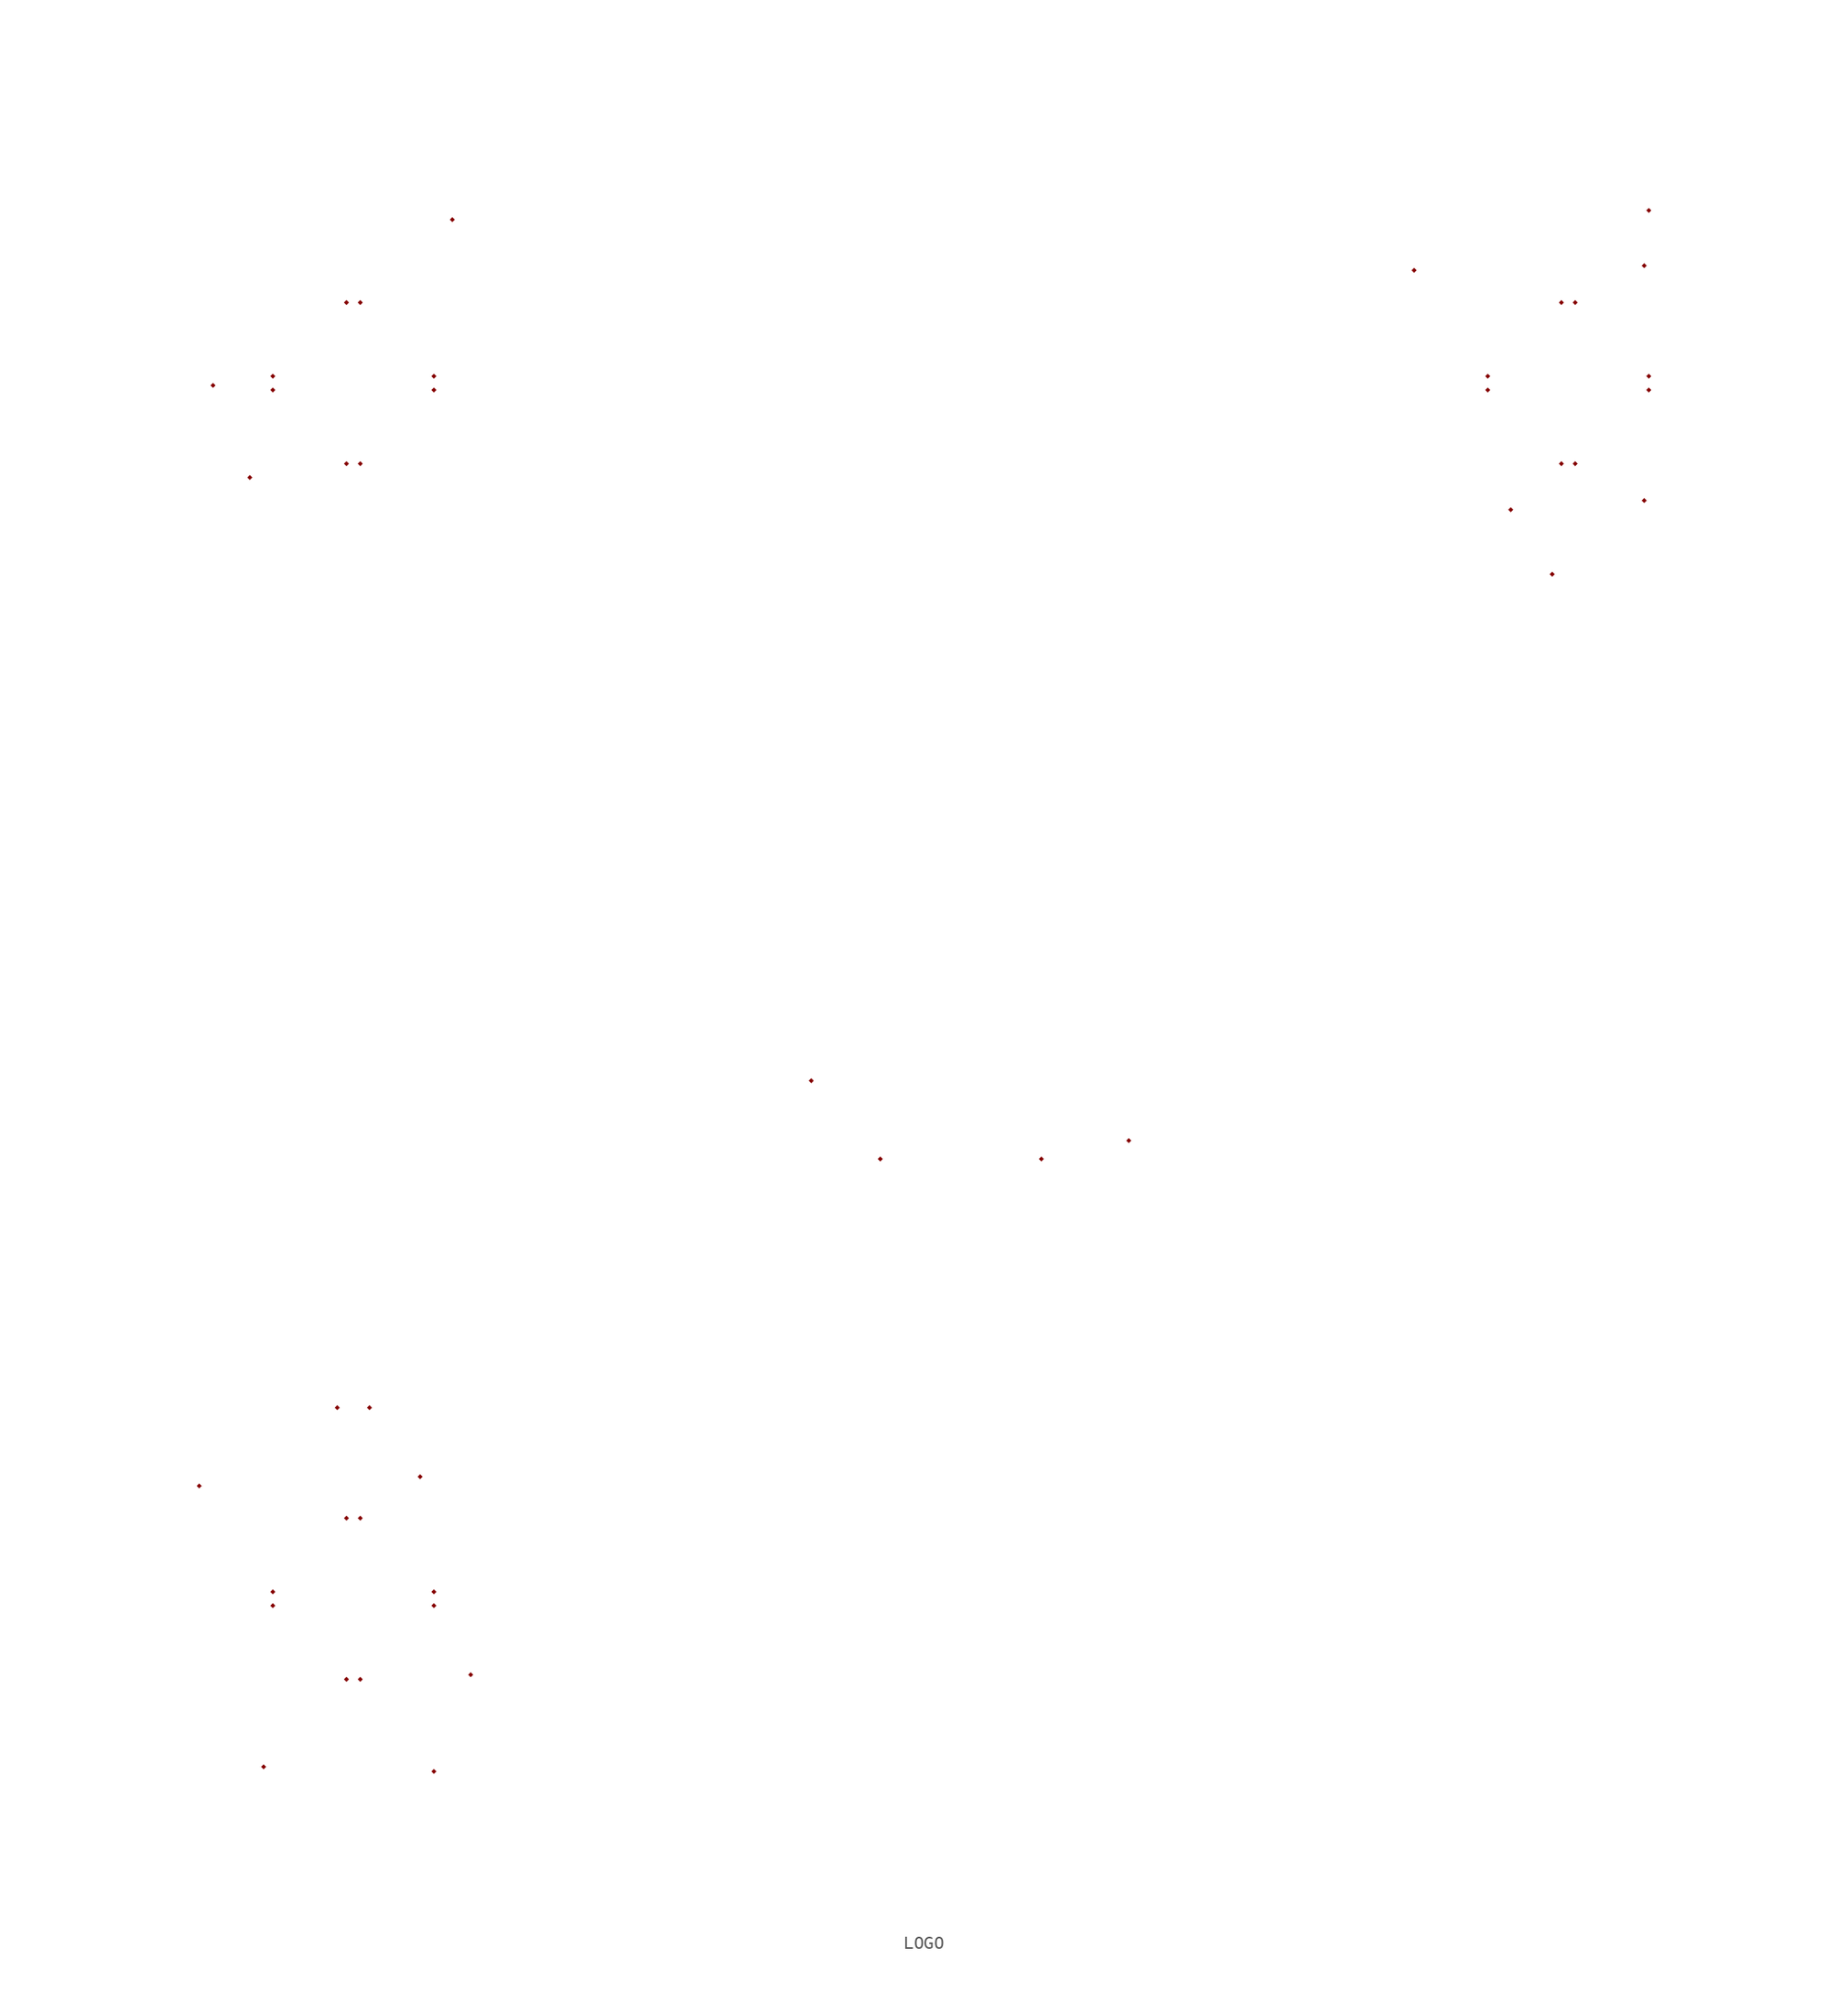
<source format=kicad_sym>
(kicad_symbol_lib
  (version 20220914)
  (generator "bitmap2component")
  (generator_version "8.0")
  (symbol "LOGO"
    (pin_names
      (offset 1.016))
    (property "Reference" "#G"
      (at 0 70.914 0)
      (effects (font (size 1.27 1.27)) hide))
    (symbol "LOGO_0_0"
      (polyline (pts (xy -40.783 -60.638) (xy -40.962 -60.459) (xy -41.141 -60.638) (xy -40.962 -60.817) (xy -40.783 -60.638)) (stroke (width 0.01) (type default)) (fill (type outline)))
      (polyline (pts (xy -54.02 -60.28) (xy -54.199 -60.102) (xy -54.377 -60.28) (xy -54.199 -60.459) (xy -54.02 -60.28)) (stroke (width 0.01) (type default)) (fill (type outline)))
      (polyline (pts (xy -47.58 -53.483) (xy -47.759 -53.304) (xy -47.938 -53.483) (xy -47.759 -53.662) (xy -47.58 -53.483)) (stroke (width 0.01) (type default)) (fill (type outline)))
      (polyline (pts (xy -46.507 -53.483) (xy -46.686 -53.304) (xy -46.865 -53.483) (xy -46.686 -53.662) (xy -46.507 -53.483)) (stroke (width 0.01) (type default)) (fill (type outline)))
      (polyline (pts (xy -37.921 -53.125) (xy -38.1 -52.947) (xy -38.279 -53.125) (xy -38.1 -53.304) (xy -37.921 -53.125)) (stroke (width 0.01) (type default)) (fill (type outline)))
      (polyline (pts (xy -53.304 -47.759) (xy -53.483 -47.58) (xy -53.662 -47.759) (xy -53.483 -47.938) (xy -53.304 -47.759)) (stroke (width 0.01) (type default)) (fill (type outline)))
      (polyline (pts (xy -40.783 -47.759) (xy -40.962 -47.58) (xy -41.141 -47.759) (xy -40.962 -47.938) (xy -40.783 -47.759)) (stroke (width 0.01) (type default)) (fill (type outline)))
      (polyline (pts (xy -53.304 -46.686) (xy -53.483 -46.507) (xy -53.662 -46.686) (xy -53.483 -46.865) (xy -53.304 -46.686)) (stroke (width 0.01) (type default)) (fill (type outline)))
      (polyline (pts (xy -40.783 -46.686) (xy -40.962 -46.507) (xy -41.141 -46.686) (xy -40.962 -46.865) (xy -40.783 -46.686)) (stroke (width 0.01) (type default)) (fill (type outline)))
      (polyline (pts (xy -47.58 -40.962) (xy -47.759 -40.783) (xy -47.938 -40.962) (xy -47.759 -41.141) (xy -47.58 -40.962)) (stroke (width 0.01) (type default)) (fill (type outline)))
      (polyline (pts (xy -46.507 -40.962) (xy -46.686 -40.783) (xy -46.865 -40.962) (xy -46.686 -41.141) (xy -46.507 -40.962)) (stroke (width 0.01) (type default)) (fill (type outline)))
      (polyline (pts (xy -59.028 -38.458) (xy -59.207 -38.279) (xy -59.386 -38.458) (xy -59.207 -38.637) (xy -59.028 -38.458)) (stroke (width 0.01) (type default)) (fill (type outline)))
      (polyline (pts (xy -41.856 -37.742) (xy -42.035 -37.563) (xy -42.214 -37.742) (xy -42.035 -37.921) (xy -41.856 -37.742)) (stroke (width 0.01) (type default)) (fill (type outline)))
      (polyline (pts (xy -48.296 -32.376) (xy -48.475 -32.197) (xy -48.654 -32.376) (xy -48.475 -32.555) (xy -48.296 -32.376)) (stroke (width 0.01) (type default)) (fill (type outline)))
      (polyline (pts (xy -45.791 -32.376) (xy -45.97 -32.197) (xy -46.149 -32.376) (xy -45.97 -32.555) (xy -45.791 -32.376)) (stroke (width 0.01) (type default)) (fill (type outline)))
      (polyline (pts (xy -6.082 -13.058) (xy -6.261 -12.879) (xy -6.439 -13.058) (xy -6.261 -13.237) (xy -6.082 -13.058)) (stroke (width 0.01) (type default)) (fill (type outline)))
      (polyline (pts (xy 6.439 -13.058) (xy 6.261 -12.879) (xy 6.082 -13.058) (xy 6.261 -13.237) (xy 6.439 -13.058)) (stroke (width 0.01) (type default)) (fill (type outline)))
      (polyline (pts (xy 13.237 -11.627) (xy 13.058 -11.448) (xy 12.879 -11.627) (xy 13.058 -11.806) (xy 13.237 -11.627)) (stroke (width 0.01) (type default)) (fill (type outline)))
      (polyline (pts (xy -11.448 -6.976) (xy -11.627 -6.797) (xy -11.806 -6.976) (xy -11.627 -7.155) (xy -11.448 -6.976)) (stroke (width 0.01) (type default)) (fill (type outline)))
      (polyline (pts (xy 46.149 32.376) (xy 45.971 32.555) (xy 45.792 32.376) (xy 45.971 32.197) (xy 46.149 32.376)) (stroke (width 0.01) (type default)) (fill (type outline)))
      (polyline (pts (xy 42.93 37.385) (xy 42.751 37.563) (xy 42.572 37.385) (xy 42.751 37.206) (xy 42.93 37.385)) (stroke (width 0.01) (type default)) (fill (type outline)))
      (polyline (pts (xy 53.304 38.1) (xy 53.125 38.279) (xy 52.947 38.1) (xy 53.125 37.921) (xy 53.304 38.1)) (stroke (width 0.01) (type default)) (fill (type outline)))
      (polyline (pts (xy -55.093 39.889) (xy -55.272 40.068) (xy -55.451 39.889) (xy -55.272 39.71) (xy -55.093 39.889)) (stroke (width 0.01) (type default)) (fill (type outline)))
      (polyline (pts (xy -47.58 40.962) (xy -47.759 41.141) (xy -47.938 40.962) (xy -47.759 40.783) (xy -47.58 40.962)) (stroke (width 0.01) (type default)) (fill (type outline)))
      (polyline (pts (xy -46.507 40.962) (xy -46.686 41.141) (xy -46.865 40.962) (xy -46.686 40.783) (xy -46.507 40.962)) (stroke (width 0.01) (type default)) (fill (type outline)))
      (polyline (pts (xy 46.865 40.962) (xy 46.686 41.141) (xy 46.507 40.962) (xy 46.686 40.783) (xy 46.865 40.962)) (stroke (width 0.01) (type default)) (fill (type outline)))
      (polyline (pts (xy 47.938 40.962) (xy 47.759 41.141) (xy 47.58 40.962) (xy 47.759 40.783) (xy 47.938 40.962)) (stroke (width 0.01) (type default)) (fill (type outline)))
      (polyline (pts (xy -53.304 46.686) (xy -53.483 46.865) (xy -53.662 46.686) (xy -53.483 46.507) (xy -53.304 46.686)) (stroke (width 0.01) (type default)) (fill (type outline)))
      (polyline (pts (xy -40.783 46.686) (xy -40.962 46.865) (xy -41.141 46.686) (xy -40.962 46.507) (xy -40.783 46.686)) (stroke (width 0.01) (type default)) (fill (type outline)))
      (polyline (pts (xy 41.141 46.686) (xy 40.962 46.865) (xy 40.783 46.686) (xy 40.962 46.507) (xy 41.141 46.686)) (stroke (width 0.01) (type default)) (fill (type outline)))
      (polyline (pts (xy 53.662 46.686) (xy 53.483 46.865) (xy 53.304 46.686) (xy 53.483 46.507) (xy 53.662 46.686)) (stroke (width 0.01) (type default)) (fill (type outline)))
      (polyline (pts (xy -57.955 47.044) (xy -58.134 47.222) (xy -58.313 47.044) (xy -58.134 46.865) (xy -57.955 47.044)) (stroke (width 0.01) (type default)) (fill (type outline)))
      (polyline (pts (xy -53.304 47.759) (xy -53.483 47.938) (xy -53.662 47.759) (xy -53.483 47.58) (xy -53.304 47.759)) (stroke (width 0.01) (type default)) (fill (type outline)))
      (polyline (pts (xy -40.783 47.759) (xy -40.962 47.938) (xy -41.141 47.759) (xy -40.962 47.58) (xy -40.783 47.759)) (stroke (width 0.01) (type default)) (fill (type outline)))
      (polyline (pts (xy 41.141 47.759) (xy 40.962 47.938) (xy 40.783 47.759) (xy 40.962 47.58) (xy 41.141 47.759)) (stroke (width 0.01) (type default)) (fill (type outline)))
      (polyline (pts (xy 53.662 47.759) (xy 53.483 47.938) (xy 53.304 47.759) (xy 53.483 47.58) (xy 53.662 47.759)) (stroke (width 0.01) (type default)) (fill (type outline)))
      (polyline (pts (xy -47.58 53.483) (xy -47.759 53.662) (xy -47.938 53.483) (xy -47.759 53.304) (xy -47.58 53.483)) (stroke (width 0.01) (type default)) (fill (type outline)))
      (polyline (pts (xy -46.507 53.483) (xy -46.686 53.662) (xy -46.865 53.483) (xy -46.686 53.304) (xy -46.507 53.483)) (stroke (width 0.01) (type default)) (fill (type outline)))
      (polyline (pts (xy 46.865 53.483) (xy 46.686 53.662) (xy 46.507 53.483) (xy 46.686 53.304) (xy 46.865 53.483)) (stroke (width 0.01) (type default)) (fill (type outline)))
      (polyline (pts (xy 47.938 53.483) (xy 47.759 53.662) (xy 47.58 53.483) (xy 47.759 53.304) (xy 47.938 53.483)) (stroke (width 0.01) (type default)) (fill (type outline)))
      (polyline (pts (xy 35.417 55.987) (xy 35.238 56.166) (xy 35.059 55.987) (xy 35.238 55.808) (xy 35.417 55.987)) (stroke (width 0.01) (type default)) (fill (type outline)))
      (polyline (pts (xy 53.304 56.345) (xy 53.125 56.524) (xy 52.947 56.345) (xy 53.125 56.166) (xy 53.304 56.345)) (stroke (width 0.01) (type default)) (fill (type outline)))
      (polyline (pts (xy -39.352 59.922) (xy -39.531 60.101) (xy -39.71 59.922) (xy -39.531 59.744) (xy -39.352 59.922)) (stroke (width 0.01) (type default)) (fill (type outline)))
      (polyline (pts (xy 53.662 60.638) (xy 53.483 60.817) (xy 53.304 60.638) (xy 53.483 60.459) (xy 53.662 60.638)) (stroke (width 0.01) (type default)) (fill (type outline))))))
</source>
